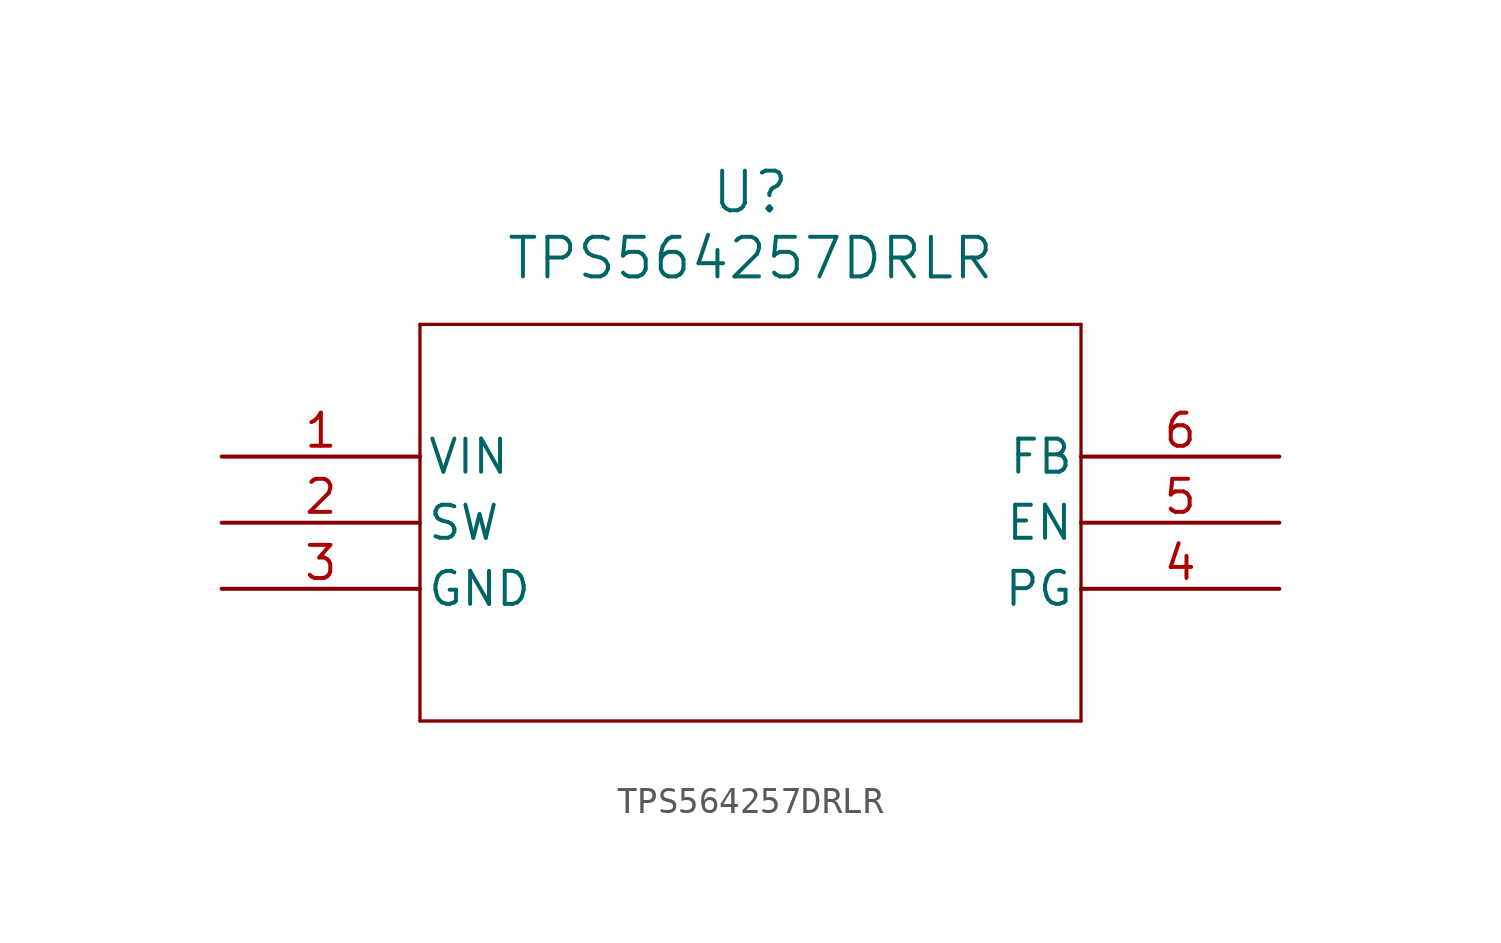
<source format=kicad_sym>
(kicad_symbol_lib
  (version 20211014)
  (generator kicad_symbol_editor)
  (symbol "TPS564257DRLR"
    (pin_names
      (offset 0.254))
    (property "Reference" "U"
      (at 20.32 10.16 0)
      (effects (font (size 1.524 1.524))))
    (property "Value" "TPS564257DRLR"
      (at 20.32 7.62 0)
      (effects (font (size 1.524 1.524))))
    (symbol "TPS564257DRLR_0_1"
      (polyline (pts (xy 7.62 5.08) (xy 7.62 -10.16)) (stroke (width 0.127) (type default) (color 0 0 0 0)) (fill (type none)))
      (polyline (pts (xy 7.62 -10.16) (xy 33.02 -10.16)) (stroke (width 0.127) (type default) (color 0 0 0 0)) (fill (type none)))
      (polyline (pts (xy 33.02 -10.16) (xy 33.02 5.08)) (stroke (width 0.127) (type default) (color 0 0 0 0)) (fill (type none)))
      (polyline (pts (xy 33.02 5.08) (xy 7.62 5.08)) (stroke (width 0.127) (type default) (color 0 0 0 0)) (fill (type none)))
      (pin power_in line (at 0 0 0) (length 7.62) (name "VIN" (effects (font (size 1.27 1.27)))) (number "1" (effects (font (size 1.27 1.27)))))
      (pin power_in line (at 0 -2.54 0) (length 7.62) (name "SW" (effects (font (size 1.27 1.27)))) (number "2" (effects (font (size 1.27 1.27)))))
      (pin power_out line (at 0 -5.08 0) (length 7.62) (name "GND" (effects (font (size 1.27 1.27)))) (number "3" (effects (font (size 1.27 1.27)))))
      (pin unspecified line (at 40.64 -5.08 180) (length 7.62) (name "PG" (effects (font (size 1.27 1.27)))) (number "4" (effects (font (size 1.27 1.27)))))
      (pin unspecified line (at 40.64 -2.54 180) (length 7.62) (name "EN" (effects (font (size 1.27 1.27)))) (number "5" (effects (font (size 1.27 1.27)))))
      (pin unspecified line (at 40.64 0 180) (length 7.62) (name "FB" (effects (font (size 1.27 1.27)))) (number "6" (effects (font (size 1.27 1.27))))))))
</source>
